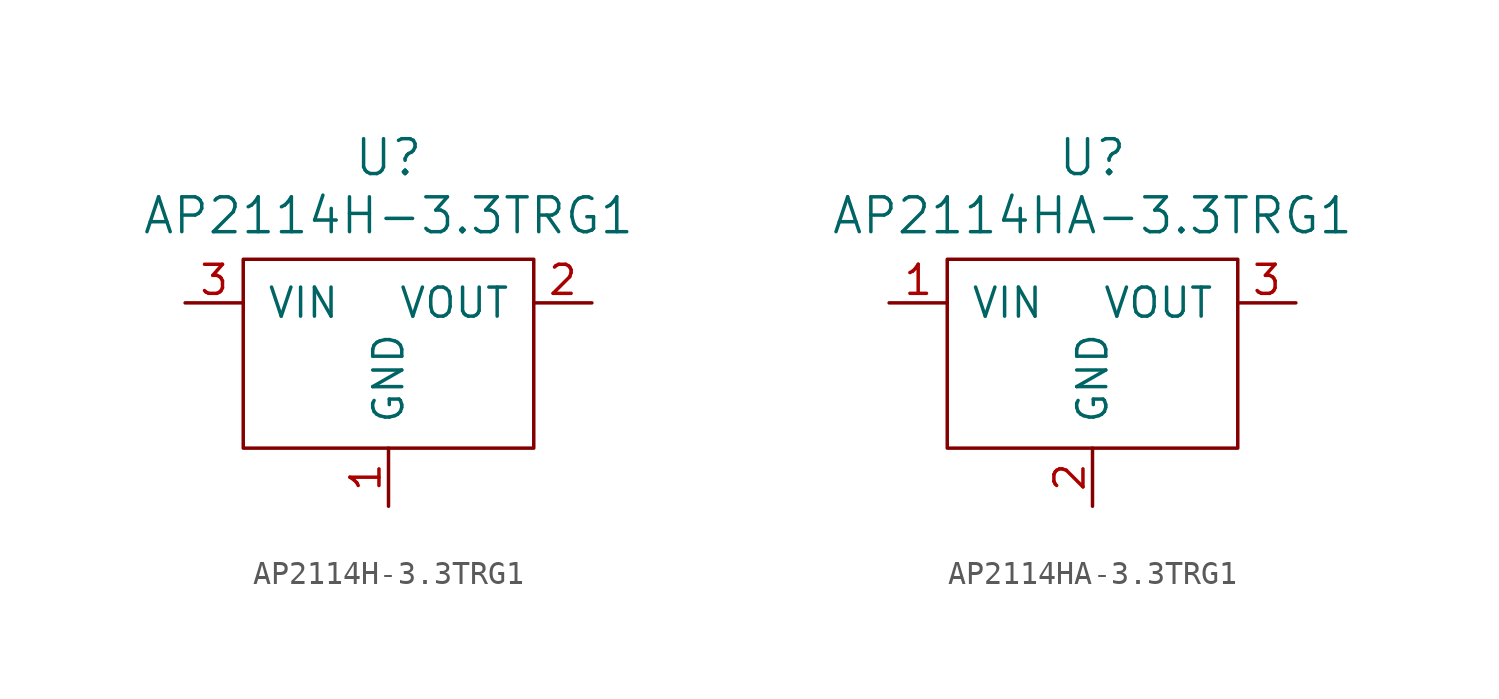
<source format=kicad_sym>
(kicad_symbol_lib
  (version 20211014)
  (generator kicad_symbol_editor)
  (symbol "AP2114H-3.3TRG1"
    (pin_names
      (offset 1.016))
    (property "Reference" "U"
      (at 0 8.89 0)
      (effects (font (size 1.524 1.524))))
    (property "Value" "AP2114H-3.3TRG1"
      (at 0 6.35 0)
      (effects (font (size 1.524 1.524))))
    (symbol "AP2114H-3.3TRG1_0_1"
      (rectangle (start -6.35 4.445) (end 6.35 -3.81) (stroke (width 0) (type default) (color 0 0 0 0)) (fill (type none))))
    (symbol "AP2114H-3.3TRG1_1_1"
      (pin power_in line (at 0 -6.35 90) (length 2.54) (name "GND" (effects (font (size 1.27 1.27)))) (number "1" (effects (font (size 1.27 1.27)))))
      (pin power_out line (at 8.89 2.54 180) (length 2.54) (name "VOUT" (effects (font (size 1.27 1.27)))) (number "2" (effects (font (size 1.27 1.27)))))
      (pin power_in line (at -8.89 2.54 0) (length 2.54) (name "VIN" (effects (font (size 1.27 1.27)))) (number "3" (effects (font (size 1.27 1.27)))))
      (pin power_out line (at 8.89 2.54 180) (length 2.54) hide (name "VOUT" (effects (font (size 1.27 1.27)))) (number "4" (effects (font (size 1.27 1.27)))))))
  (symbol "AP2114HA-3.3TRG1"
    (pin_names
      (offset 1.016))
    (property "Reference" "U"
      (at 0 8.89 0)
      (effects (font (size 1.524 1.524))))
    (property "Value" "AP2114HA-3.3TRG1"
      (at 0 6.35 0)
      (effects (font (size 1.524 1.524))))
    (symbol "AP2114HA-3.3TRG1_0_1"
      (rectangle (start -6.35 4.445) (end 6.35 -3.81) (stroke (width 0) (type default) (color 0 0 0 0)) (fill (type none))))
    (symbol "AP2114HA-3.3TRG1_1_1"
      (pin power_in line (at -8.89 2.54 0) (length 2.54) (name "VIN" (effects (font (size 1.27 1.27)))) (number "1" (effects (font (size 1.27 1.27)))))
      (pin power_in line (at 0 -6.35 90) (length 2.54) (name "GND" (effects (font (size 1.27 1.27)))) (number "2" (effects (font (size 1.27 1.27)))))
      (pin power_out line (at 8.89 2.54 180) (length 2.54) (name "VOUT" (effects (font (size 1.27 1.27)))) (number "3" (effects (font (size 1.27 1.27)))))
      (pin power_in line (at 0 -6.35 90) (length 2.54) hide (name "GND" (effects (font (size 1.27 1.27)))) (number "4" (effects (font (size 1.27 1.27))))))))
</source>
